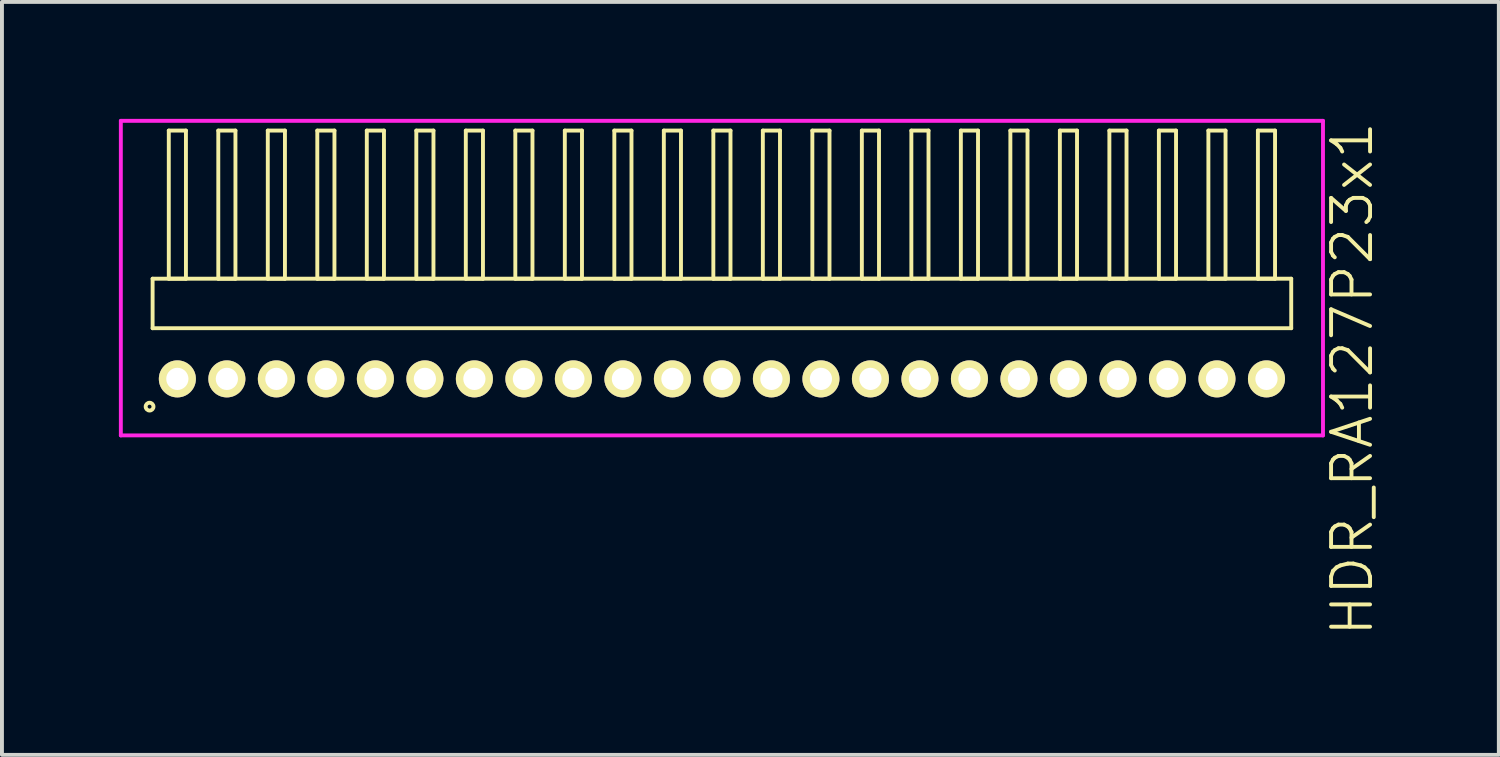
<source format=kicad_pcb>
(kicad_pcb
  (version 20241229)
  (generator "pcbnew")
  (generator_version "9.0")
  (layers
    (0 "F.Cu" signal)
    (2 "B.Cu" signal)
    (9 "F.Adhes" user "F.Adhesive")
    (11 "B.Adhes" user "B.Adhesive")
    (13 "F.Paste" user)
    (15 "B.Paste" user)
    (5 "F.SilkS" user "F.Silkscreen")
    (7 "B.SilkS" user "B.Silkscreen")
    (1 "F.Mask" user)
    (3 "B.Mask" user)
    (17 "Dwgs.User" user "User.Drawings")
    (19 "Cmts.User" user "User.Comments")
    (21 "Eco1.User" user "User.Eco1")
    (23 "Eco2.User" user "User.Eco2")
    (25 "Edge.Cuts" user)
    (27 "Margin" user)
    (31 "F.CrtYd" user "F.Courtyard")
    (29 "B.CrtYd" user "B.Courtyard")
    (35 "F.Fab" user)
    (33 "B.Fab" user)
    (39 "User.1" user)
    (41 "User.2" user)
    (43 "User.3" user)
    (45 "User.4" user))
  (footprint "HDR_RA127P23x1"
    (layer "F.Cu")
    (at 15.47 6.67)
    (property "Reference" "HDR_RA127P23x1" (at 16.17 0 90) (layer "F.SilkS") (effects (font (size 1 1) (thickness 0.1))))
    (attr through_hole)
    (fp_line (start -14.605 -2.57) (end -14.605 -1.3) (stroke (width 0.1) (type solid)) (layer "F.SilkS"))
    (fp_line (start -14.605 -1.3) (end 14.605 -1.3) (stroke (width 0.1) (type solid)) (layer "F.SilkS"))
    (fp_line (start -14.19 -6.37) (end -14.19 -2.57) (stroke (width 0.1) (type solid)) (layer "F.SilkS"))
    (fp_line (start -14.19 -2.57) (end -13.75 -2.57) (stroke (width 0.1) (type solid)) (layer "F.SilkS"))
    (fp_line (start -13.75 -6.37) (end -14.19 -6.37) (stroke (width 0.1) (type solid)) (layer "F.SilkS"))
    (fp_line (start -13.75 -2.57) (end -13.75 -6.37) (stroke (width 0.1) (type solid)) (layer "F.SilkS"))
    (fp_line (start -12.92 -6.37) (end -12.92 -2.57) (stroke (width 0.1) (type solid)) (layer "F.SilkS"))
    (fp_line (start -12.92 -2.57) (end -12.48 -2.57) (stroke (width 0.1) (type solid)) (layer "F.SilkS"))
    (fp_line (start -12.48 -6.37) (end -12.92 -6.37) (stroke (width 0.1) (type solid)) (layer "F.SilkS"))
    (fp_line (start -12.48 -2.57) (end -12.48 -6.37) (stroke (width 0.1) (type solid)) (layer "F.SilkS"))
    (fp_line (start -11.65 -6.37) (end -11.65 -2.57) (stroke (width 0.1) (type solid)) (layer "F.SilkS"))
    (fp_line (start -11.65 -2.57) (end -11.21 -2.57) (stroke (width 0.1) (type solid)) (layer "F.SilkS"))
    (fp_line (start -11.21 -6.37) (end -11.65 -6.37) (stroke (width 0.1) (type solid)) (layer "F.SilkS"))
    (fp_line (start -11.21 -2.57) (end -11.21 -6.37) (stroke (width 0.1) (type solid)) (layer "F.SilkS"))
    (fp_line (start -10.38 -6.37) (end -10.38 -2.57) (stroke (width 0.1) (type solid)) (layer "F.SilkS"))
    (fp_line (start -10.38 -2.57) (end -9.94 -2.57) (stroke (width 0.1) (type solid)) (layer "F.SilkS"))
    (fp_line (start -9.94 -6.37) (end -10.38 -6.37) (stroke (width 0.1) (type solid)) (layer "F.SilkS"))
    (fp_line (start -9.94 -2.57) (end -9.94 -6.37) (stroke (width 0.1) (type solid)) (layer "F.SilkS"))
    (fp_line (start -9.11 -6.37) (end -9.11 -2.57) (stroke (width 0.1) (type solid)) (layer "F.SilkS"))
    (fp_line (start -9.11 -2.57) (end -8.67 -2.57) (stroke (width 0.1) (type solid)) (layer "F.SilkS"))
    (fp_line (start -8.67 -6.37) (end -9.11 -6.37) (stroke (width 0.1) (type solid)) (layer "F.SilkS"))
    (fp_line (start -8.67 -2.57) (end -8.67 -6.37) (stroke (width 0.1) (type solid)) (layer "F.SilkS"))
    (fp_line (start -7.84 -6.37) (end -7.84 -2.57) (stroke (width 0.1) (type solid)) (layer "F.SilkS"))
    (fp_line (start -7.84 -2.57) (end -7.4 -2.57) (stroke (width 0.1) (type solid)) (layer "F.SilkS"))
    (fp_line (start -7.4 -6.37) (end -7.84 -6.37) (stroke (width 0.1) (type solid)) (layer "F.SilkS"))
    (fp_line (start -7.4 -2.57) (end -7.4 -6.37) (stroke (width 0.1) (type solid)) (layer "F.SilkS"))
    (fp_line (start -6.57 -6.37) (end -6.57 -2.57) (stroke (width 0.1) (type solid)) (layer "F.SilkS"))
    (fp_line (start -6.57 -2.57) (end -6.13 -2.57) (stroke (width 0.1) (type solid)) (layer "F.SilkS"))
    (fp_line (start -6.13 -6.37) (end -6.57 -6.37) (stroke (width 0.1) (type solid)) (layer "F.SilkS"))
    (fp_line (start -6.13 -2.57) (end -6.13 -6.37) (stroke (width 0.1) (type solid)) (layer "F.SilkS"))
    (fp_line (start -5.3 -6.37) (end -5.3 -2.57) (stroke (width 0.1) (type solid)) (layer "F.SilkS"))
    (fp_line (start -5.3 -2.57) (end -4.86 -2.57) (stroke (width 0.1) (type solid)) (layer "F.SilkS"))
    (fp_line (start -4.86 -6.37) (end -5.3 -6.37) (stroke (width 0.1) (type solid)) (layer "F.SilkS"))
    (fp_line (start -4.86 -2.57) (end -4.86 -6.37) (stroke (width 0.1) (type solid)) (layer "F.SilkS"))
    (fp_line (start -4.03 -6.37) (end -4.03 -2.57) (stroke (width 0.1) (type solid)) (layer "F.SilkS"))
    (fp_line (start -4.03 -2.57) (end -3.59 -2.57) (stroke (width 0.1) (type solid)) (layer "F.SilkS"))
    (fp_line (start -3.59 -6.37) (end -4.03 -6.37) (stroke (width 0.1) (type solid)) (layer "F.SilkS"))
    (fp_line (start -3.59 -2.57) (end -3.59 -6.37) (stroke (width 0.1) (type solid)) (layer "F.SilkS"))
    (fp_line (start -2.76 -6.37) (end -2.76 -2.57) (stroke (width 0.1) (type solid)) (layer "F.SilkS"))
    (fp_line (start -2.76 -2.57) (end -2.32 -2.57) (stroke (width 0.1) (type solid)) (layer "F.SilkS"))
    (fp_line (start -2.32 -6.37) (end -2.76 -6.37) (stroke (width 0.1) (type solid)) (layer "F.SilkS"))
    (fp_line (start -2.32 -2.57) (end -2.32 -6.37) (stroke (width 0.1) (type solid)) (layer "F.SilkS"))
    (fp_line (start -1.49 -6.37) (end -1.49 -2.57) (stroke (width 0.1) (type solid)) (layer "F.SilkS"))
    (fp_line (start -1.49 -2.57) (end -1.05 -2.57) (stroke (width 0.1) (type solid)) (layer "F.SilkS"))
    (fp_line (start -1.05 -6.37) (end -1.49 -6.37) (stroke (width 0.1) (type solid)) (layer "F.SilkS"))
    (fp_line (start -1.05 -2.57) (end -1.05 -6.37) (stroke (width 0.1) (type solid)) (layer "F.SilkS"))
    (fp_line (start -0.22 -6.37) (end -0.22 -2.57) (stroke (width 0.1) (type solid)) (layer "F.SilkS"))
    (fp_line (start -0.22 -2.57) (end 0.22 -2.57) (stroke (width 0.1) (type solid)) (layer "F.SilkS"))
    (fp_line (start 0.22 -6.37) (end -0.22 -6.37) (stroke (width 0.1) (type solid)) (layer "F.SilkS"))
    (fp_line (start 0.22 -2.57) (end 0.22 -6.37) (stroke (width 0.1) (type solid)) (layer "F.SilkS"))
    (fp_line (start 1.05 -6.37) (end 1.05 -2.57) (stroke (width 0.1) (type solid)) (layer "F.SilkS"))
    (fp_line (start 1.05 -2.57) (end 1.49 -2.57) (stroke (width 0.1) (type solid)) (layer "F.SilkS"))
    (fp_line (start 1.49 -6.37) (end 1.05 -6.37) (stroke (width 0.1) (type solid)) (layer "F.SilkS"))
    (fp_line (start 1.49 -2.57) (end 1.49 -6.37) (stroke (width 0.1) (type solid)) (layer "F.SilkS"))
    (fp_line (start 2.32 -6.37) (end 2.32 -2.57) (stroke (width 0.1) (type solid)) (layer "F.SilkS"))
    (fp_line (start 2.32 -2.57) (end 2.76 -2.57) (stroke (width 0.1) (type solid)) (layer "F.SilkS"))
    (fp_line (start 2.76 -6.37) (end 2.32 -6.37) (stroke (width 0.1) (type solid)) (layer "F.SilkS"))
    (fp_line (start 2.76 -2.57) (end 2.76 -6.37) (stroke (width 0.1) (type solid)) (layer "F.SilkS"))
    (fp_line (start 3.59 -6.37) (end 3.59 -2.57) (stroke (width 0.1) (type solid)) (layer "F.SilkS"))
    (fp_line (start 3.59 -2.57) (end 4.03 -2.57) (stroke (width 0.1) (type solid)) (layer "F.SilkS"))
    (fp_line (start 4.03 -6.37) (end 3.59 -6.37) (stroke (width 0.1) (type solid)) (layer "F.SilkS"))
    (fp_line (start 4.03 -2.57) (end 4.03 -6.37) (stroke (width 0.1) (type solid)) (layer "F.SilkS"))
    (fp_line (start 4.86 -6.37) (end 4.86 -2.57) (stroke (width 0.1) (type solid)) (layer "F.SilkS"))
    (fp_line (start 4.86 -2.57) (end 5.3 -2.57) (stroke (width 0.1) (type solid)) (layer "F.SilkS"))
    (fp_line (start 5.3 -6.37) (end 4.86 -6.37) (stroke (width 0.1) (type solid)) (layer "F.SilkS"))
    (fp_line (start 5.3 -2.57) (end 5.3 -6.37) (stroke (width 0.1) (type solid)) (layer "F.SilkS"))
    (fp_line (start 6.13 -6.37) (end 6.13 -2.57) (stroke (width 0.1) (type solid)) (layer "F.SilkS"))
    (fp_line (start 6.13 -2.57) (end 6.57 -2.57) (stroke (width 0.1) (type solid)) (layer "F.SilkS"))
    (fp_line (start 6.57 -6.37) (end 6.13 -6.37) (stroke (width 0.1) (type solid)) (layer "F.SilkS"))
    (fp_line (start 6.57 -2.57) (end 6.57 -6.37) (stroke (width 0.1) (type solid)) (layer "F.SilkS"))
    (fp_line (start 7.4 -6.37) (end 7.4 -2.57) (stroke (width 0.1) (type solid)) (layer "F.SilkS"))
    (fp_line (start 7.4 -2.57) (end 7.84 -2.57) (stroke (width 0.1) (type solid)) (layer "F.SilkS"))
    (fp_line (start 7.84 -6.37) (end 7.4 -6.37) (stroke (width 0.1) (type solid)) (layer "F.SilkS"))
    (fp_line (start 7.84 -2.57) (end 7.84 -6.37) (stroke (width 0.1) (type solid)) (layer "F.SilkS"))
    (fp_line (start 8.67 -6.37) (end 8.67 -2.57) (stroke (width 0.1) (type solid)) (layer "F.SilkS"))
    (fp_line (start 8.67 -2.57) (end 9.11 -2.57) (stroke (width 0.1) (type solid)) (layer "F.SilkS"))
    (fp_line (start 9.11 -6.37) (end 8.67 -6.37) (stroke (width 0.1) (type solid)) (layer "F.SilkS"))
    (fp_line (start 9.11 -2.57) (end 9.11 -6.37) (stroke (width 0.1) (type solid)) (layer "F.SilkS"))
    (fp_line (start 9.94 -6.37) (end 9.94 -2.57) (stroke (width 0.1) (type solid)) (layer "F.SilkS"))
    (fp_line (start 9.94 -2.57) (end 10.38 -2.57) (stroke (width 0.1) (type solid)) (layer "F.SilkS"))
    (fp_line (start 10.38 -6.37) (end 9.94 -6.37) (stroke (width 0.1) (type solid)) (layer "F.SilkS"))
    (fp_line (start 10.38 -2.57) (end 10.38 -6.37) (stroke (width 0.1) (type solid)) (layer "F.SilkS"))
    (fp_line (start 11.21 -6.37) (end 11.21 -2.57) (stroke (width 0.1) (type solid)) (layer "F.SilkS"))
    (fp_line (start 11.21 -2.57) (end 11.65 -2.57) (stroke (width 0.1) (type solid)) (layer "F.SilkS"))
    (fp_line (start 11.65 -6.37) (end 11.21 -6.37) (stroke (width 0.1) (type solid)) (layer "F.SilkS"))
    (fp_line (start 11.65 -2.57) (end 11.65 -6.37) (stroke (width 0.1) (type solid)) (layer "F.SilkS"))
    (fp_line (start 12.48 -6.37) (end 12.48 -2.57) (stroke (width 0.1) (type solid)) (layer "F.SilkS"))
    (fp_line (start 12.48 -2.57) (end 12.92 -2.57) (stroke (width 0.1) (type solid)) (layer "F.SilkS"))
    (fp_line (start 12.92 -6.37) (end 12.48 -6.37) (stroke (width 0.1) (type solid)) (layer "F.SilkS"))
    (fp_line (start 12.92 -2.57) (end 12.92 -6.37) (stroke (width 0.1) (type solid)) (layer "F.SilkS"))
    (fp_line (start 13.75 -6.37) (end 13.75 -2.57) (stroke (width 0.1) (type solid)) (layer "F.SilkS"))
    (fp_line (start 13.75 -2.57) (end 14.19 -2.57) (stroke (width 0.1) (type solid)) (layer "F.SilkS"))
    (fp_line (start 14.19 -6.37) (end 13.75 -6.37) (stroke (width 0.1) (type solid)) (layer "F.SilkS"))
    (fp_line (start 14.19 -2.57) (end 14.19 -6.37) (stroke (width 0.1) (type solid)) (layer "F.SilkS"))
    (fp_line (start 14.605 -2.57) (end -14.605 -2.57) (stroke (width 0.1) (type solid)) (layer "F.SilkS"))
    (fp_line (start 14.605 -1.3) (end 14.605 -2.57) (stroke (width 0.1) (type solid)) (layer "F.SilkS"))
    (fp_circle (center -14.683 0.712) (end -14.583 0.712) (stroke (width 0.1) (type solid)) (fill no) (layer "F.SilkS"))
    (fp_line (start -15.42 -6.62) (end -15.42 1.45) (stroke (width 0.1) (type solid)) (layer "F.CrtYd"))
    (fp_line (start -15.42 1.45) (end 15.42 1.45) (stroke (width 0.1) (type solid)) (layer "F.CrtYd"))
    (fp_line (start 15.42 -6.62) (end -15.42 -6.62) (stroke (width 0.1) (type solid)) (layer "F.CrtYd"))
    (fp_line (start 15.42 1.45) (end 15.42 -6.62) (stroke (width 0.1) (type solid)) (layer "F.CrtYd"))
    (pad "1" thru_hole oval (at -13.97 0) (size 0.95 0.95) (drill 0.57) (layers "*.Cu" "*.Mask" "F.SilkS"))
    (pad "2" thru_hole oval (at -12.7 0) (size 0.95 0.95) (drill 0.57) (layers "*.Cu" "*.Mask" "F.SilkS"))
    (pad "3" thru_hole oval (at -11.43 0) (size 0.95 0.95) (drill 0.57) (layers "*.Cu" "*.Mask" "F.SilkS"))
    (pad "4" thru_hole oval (at -10.16 0) (size 0.95 0.95) (drill 0.57) (layers "*.Cu" "*.Mask" "F.SilkS"))
    (pad "5" thru_hole oval (at -8.89 0) (size 0.95 0.95) (drill 0.57) (layers "*.Cu" "*.Mask" "F.SilkS"))
    (pad "6" thru_hole oval (at -7.62 0) (size 0.95 0.95) (drill 0.57) (layers "*.Cu" "*.Mask" "F.SilkS"))
    (pad "7" thru_hole oval (at -6.35 0) (size 0.95 0.95) (drill 0.57) (layers "*.Cu" "*.Mask" "F.SilkS"))
    (pad "8" thru_hole oval (at -5.08 0) (size 0.95 0.95) (drill 0.57) (layers "*.Cu" "*.Mask" "F.SilkS"))
    (pad "9" thru_hole oval (at -3.81 0) (size 0.95 0.95) (drill 0.57) (layers "*.Cu" "*.Mask" "F.SilkS"))
    (pad "10" thru_hole oval (at -2.54 0) (size 0.95 0.95) (drill 0.57) (layers "*.Cu" "*.Mask" "F.SilkS"))
    (pad "11" thru_hole oval (at -1.27 0) (size 0.95 0.95) (drill 0.57) (layers "*.Cu" "*.Mask" "F.SilkS"))
    (pad "12" thru_hole oval (at 0 0) (size 0.95 0.95) (drill 0.57) (layers "*.Cu" "*.Mask" "F.SilkS"))
    (pad "13" thru_hole oval (at 1.27 0) (size 0.95 0.95) (drill 0.57) (layers "*.Cu" "*.Mask" "F.SilkS"))
    (pad "14" thru_hole oval (at 2.54 0) (size 0.95 0.95) (drill 0.57) (layers "*.Cu" "*.Mask" "F.SilkS"))
    (pad "15" thru_hole oval (at 3.81 0) (size 0.95 0.95) (drill 0.57) (layers "*.Cu" "*.Mask" "F.SilkS"))
    (pad "16" thru_hole oval (at 5.08 0) (size 0.95 0.95) (drill 0.57) (layers "*.Cu" "*.Mask" "F.SilkS"))
    (pad "17" thru_hole oval (at 6.35 0) (size 0.95 0.95) (drill 0.57) (layers "*.Cu" "*.Mask" "F.SilkS"))
    (pad "18" thru_hole oval (at 7.62 0) (size 0.95 0.95) (drill 0.57) (layers "*.Cu" "*.Mask" "F.SilkS"))
    (pad "19" thru_hole oval (at 8.89 0) (size 0.95 0.95) (drill 0.57) (layers "*.Cu" "*.Mask" "F.SilkS"))
    (pad "20" thru_hole oval (at 10.16 0) (size 0.95 0.95) (drill 0.57) (layers "*.Cu" "*.Mask" "F.SilkS"))
    (pad "21" thru_hole oval (at 11.43 0) (size 0.95 0.95) (drill 0.57) (layers "*.Cu" "*.Mask" "F.SilkS"))
    (pad "22" thru_hole oval (at 12.7 0) (size 0.95 0.95) (drill 0.57) (layers "*.Cu" "*.Mask" "F.SilkS"))
    (pad "23" thru_hole oval (at 13.97 0) (size 0.95 0.95) (drill 0.57) (layers "*.Cu" "*.Mask" "F.SilkS")))
  (gr_rect
    (start -3 -3)
    (end 35.401 16.315)
    (stroke (width 0.1) (type default))
    (fill no)
    (layer "Edge.Cuts")))
</source>
